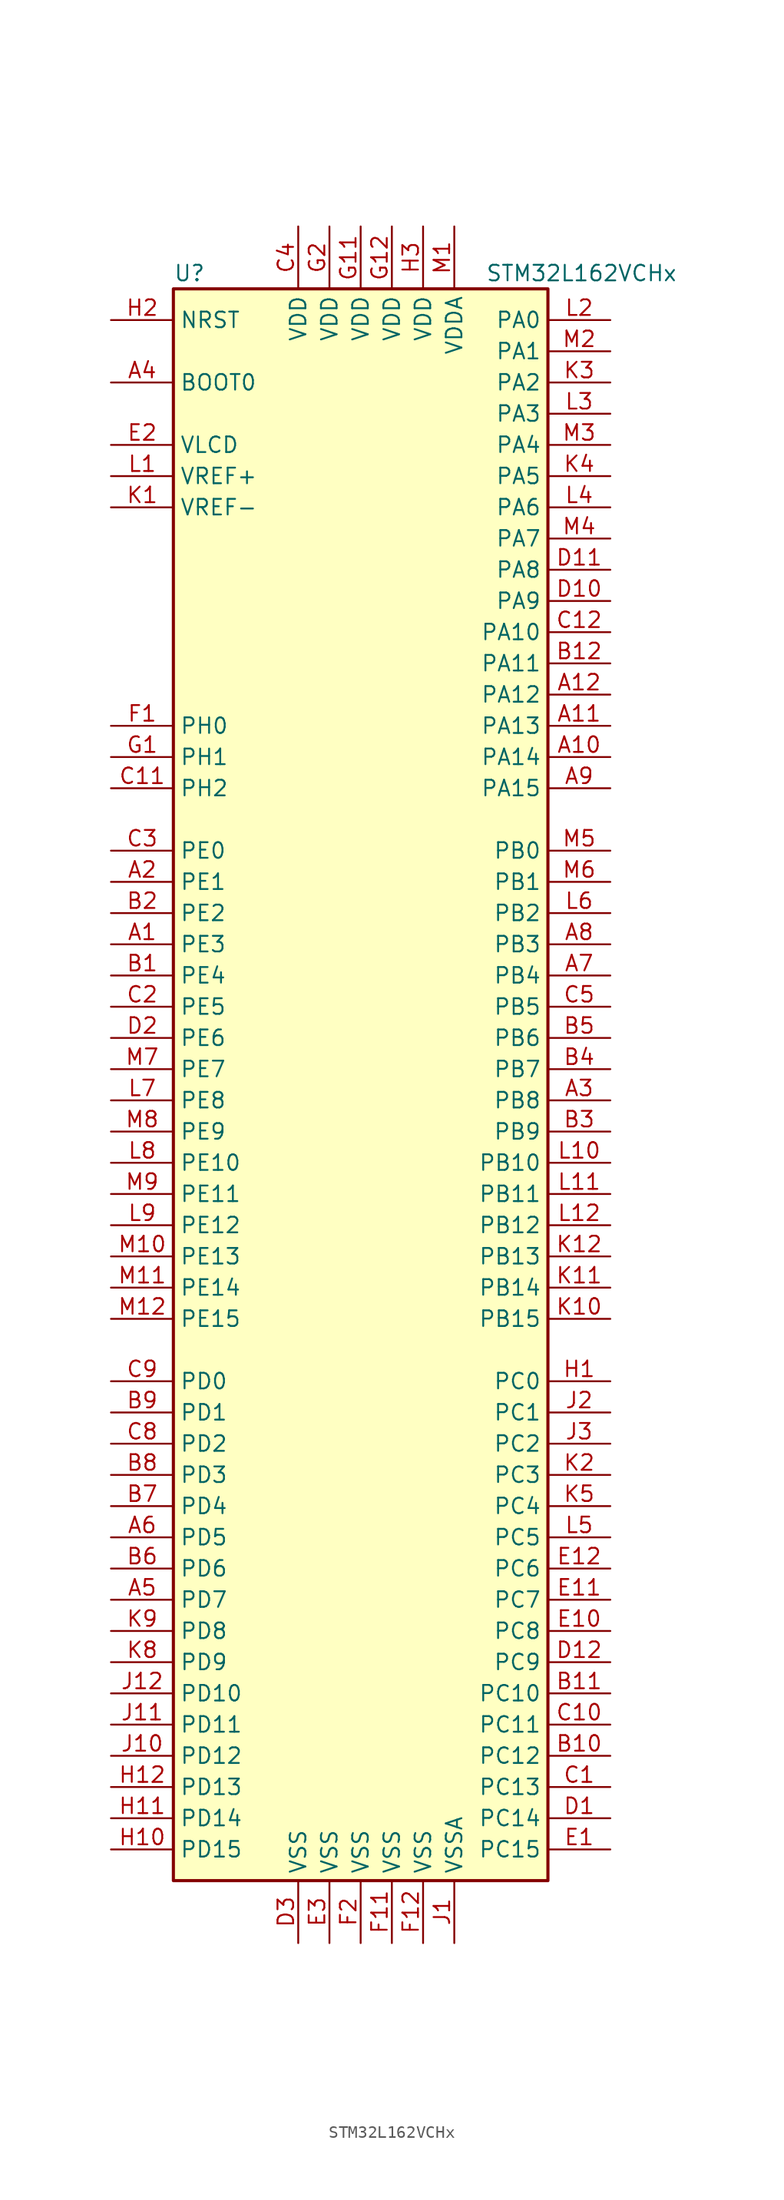
<source format=kicad_sym>
(kicad_symbol_lib
  (version 20201005)
  (generator kicad_symbol_editor)
  (symbol "STM32L162VCHx"
    (property "Reference" "U"
      (at -15.24 64.77 0)
      (effects (font (size 1.27 1.27)) (justify left)))
    (property "Value" "STM32L162VCHx"
      (at 10.16 64.77 0)
      (effects (font (size 1.27 1.27)) (justify left)))
    (symbol "STM32L162VCHx_0_1"
      (rectangle (start -15.24 -66.04) (end 15.24 63.5) (stroke (width 0.254)) (fill (type background))))
    (symbol "STM32L162VCHx_1_1"
      (pin bidirectional line (at -20.32 10.16 0) (length 5.08) (name "PE3" (effects (font (size 1.27 1.27)))) (number "A1" (effects (font (size 1.27 1.27)))))
      (pin bidirectional line (at 20.32 25.4 180) (length 5.08) (name "PA14" (effects (font (size 1.27 1.27)))) (number "A10" (effects (font (size 1.27 1.27)))))
      (pin bidirectional line (at 20.32 27.94 180) (length 5.08) (name "PA13" (effects (font (size 1.27 1.27)))) (number "A11" (effects (font (size 1.27 1.27)))))
      (pin bidirectional line (at 20.32 30.48 180) (length 5.08) (name "PA12" (effects (font (size 1.27 1.27)))) (number "A12" (effects (font (size 1.27 1.27)))))
      (pin bidirectional line (at -20.32 15.24 0) (length 5.08) (name "PE1" (effects (font (size 1.27 1.27)))) (number "A2" (effects (font (size 1.27 1.27)))))
      (pin bidirectional line (at 20.32 -2.54 180) (length 5.08) (name "PB8" (effects (font (size 1.27 1.27)))) (number "A3" (effects (font (size 1.27 1.27)))))
      (pin input line (at -20.32 55.88 0) (length 5.08) (name "BOOT0" (effects (font (size 1.27 1.27)))) (number "A4" (effects (font (size 1.27 1.27)))))
      (pin bidirectional line (at -20.32 -43.18 0) (length 5.08) (name "PD7" (effects (font (size 1.27 1.27)))) (number "A5" (effects (font (size 1.27 1.27)))))
      (pin bidirectional line (at -20.32 -38.1 0) (length 5.08) (name "PD5" (effects (font (size 1.27 1.27)))) (number "A6" (effects (font (size 1.27 1.27)))))
      (pin bidirectional line (at 20.32 7.62 180) (length 5.08) (name "PB4" (effects (font (size 1.27 1.27)))) (number "A7" (effects (font (size 1.27 1.27)))))
      (pin bidirectional line (at 20.32 10.16 180) (length 5.08) (name "PB3" (effects (font (size 1.27 1.27)))) (number "A8" (effects (font (size 1.27 1.27)))))
      (pin bidirectional line (at 20.32 22.86 180) (length 5.08) (name "PA15" (effects (font (size 1.27 1.27)))) (number "A9" (effects (font (size 1.27 1.27)))))
      (pin bidirectional line (at -20.32 7.62 0) (length 5.08) (name "PE4" (effects (font (size 1.27 1.27)))) (number "B1" (effects (font (size 1.27 1.27)))))
      (pin bidirectional line (at 20.32 -55.88 180) (length 5.08) (name "PC12" (effects (font (size 1.27 1.27)))) (number "B10" (effects (font (size 1.27 1.27)))))
      (pin bidirectional line (at 20.32 -50.8 180) (length 5.08) (name "PC10" (effects (font (size 1.27 1.27)))) (number "B11" (effects (font (size 1.27 1.27)))))
      (pin bidirectional line (at 20.32 33.02 180) (length 5.08) (name "PA11" (effects (font (size 1.27 1.27)))) (number "B12" (effects (font (size 1.27 1.27)))))
      (pin bidirectional line (at -20.32 12.7 0) (length 5.08) (name "PE2" (effects (font (size 1.27 1.27)))) (number "B2" (effects (font (size 1.27 1.27)))))
      (pin bidirectional line (at 20.32 -5.08 180) (length 5.08) (name "PB9" (effects (font (size 1.27 1.27)))) (number "B3" (effects (font (size 1.27 1.27)))))
      (pin bidirectional line (at 20.32 0 180) (length 5.08) (name "PB7" (effects (font (size 1.27 1.27)))) (number "B4" (effects (font (size 1.27 1.27)))))
      (pin bidirectional line (at 20.32 2.54 180) (length 5.08) (name "PB6" (effects (font (size 1.27 1.27)))) (number "B5" (effects (font (size 1.27 1.27)))))
      (pin bidirectional line (at -20.32 -40.64 0) (length 5.08) (name "PD6" (effects (font (size 1.27 1.27)))) (number "B6" (effects (font (size 1.27 1.27)))))
      (pin bidirectional line (at -20.32 -35.56 0) (length 5.08) (name "PD4" (effects (font (size 1.27 1.27)))) (number "B7" (effects (font (size 1.27 1.27)))))
      (pin bidirectional line (at -20.32 -33.02 0) (length 5.08) (name "PD3" (effects (font (size 1.27 1.27)))) (number "B8" (effects (font (size 1.27 1.27)))))
      (pin bidirectional line (at -20.32 -27.94 0) (length 5.08) (name "PD1" (effects (font (size 1.27 1.27)))) (number "B9" (effects (font (size 1.27 1.27)))))
      (pin bidirectional line (at 20.32 -58.42 180) (length 5.08) (name "PC13" (effects (font (size 1.27 1.27)))) (number "C1" (effects (font (size 1.27 1.27)))))
      (pin bidirectional line (at 20.32 -53.34 180) (length 5.08) (name "PC11" (effects (font (size 1.27 1.27)))) (number "C10" (effects (font (size 1.27 1.27)))))
      (pin bidirectional line (at -20.32 22.86 0) (length 5.08) (name "PH2" (effects (font (size 1.27 1.27)))) (number "C11" (effects (font (size 1.27 1.27)))))
      (pin bidirectional line (at 20.32 35.56 180) (length 5.08) (name "PA10" (effects (font (size 1.27 1.27)))) (number "C12" (effects (font (size 1.27 1.27)))))
      (pin bidirectional line (at -20.32 5.08 0) (length 5.08) (name "PE5" (effects (font (size 1.27 1.27)))) (number "C2" (effects (font (size 1.27 1.27)))))
      (pin bidirectional line (at -20.32 17.78 0) (length 5.08) (name "PE0" (effects (font (size 1.27 1.27)))) (number "C3" (effects (font (size 1.27 1.27)))))
      (pin power_in line (at -5.08 68.58 270) (length 5.08) (name "VDD" (effects (font (size 1.27 1.27)))) (number "C4" (effects (font (size 1.27 1.27)))))
      (pin bidirectional line (at 20.32 5.08 180) (length 5.08) (name "PB5" (effects (font (size 1.27 1.27)))) (number "C5" (effects (font (size 1.27 1.27)))))
      (pin bidirectional line (at -20.32 -30.48 0) (length 5.08) (name "PD2" (effects (font (size 1.27 1.27)))) (number "C8" (effects (font (size 1.27 1.27)))))
      (pin bidirectional line (at -20.32 -25.4 0) (length 5.08) (name "PD0" (effects (font (size 1.27 1.27)))) (number "C9" (effects (font (size 1.27 1.27)))))
      (pin bidirectional line (at 20.32 -60.96 180) (length 5.08) (name "PC14" (effects (font (size 1.27 1.27)))) (number "D1" (effects (font (size 1.27 1.27)))))
      (pin bidirectional line (at 20.32 38.1 180) (length 5.08) (name "PA9" (effects (font (size 1.27 1.27)))) (number "D10" (effects (font (size 1.27 1.27)))))
      (pin bidirectional line (at 20.32 40.64 180) (length 5.08) (name "PA8" (effects (font (size 1.27 1.27)))) (number "D11" (effects (font (size 1.27 1.27)))))
      (pin bidirectional line (at 20.32 -48.26 180) (length 5.08) (name "PC9" (effects (font (size 1.27 1.27)))) (number "D12" (effects (font (size 1.27 1.27)))))
      (pin bidirectional line (at -20.32 2.54 0) (length 5.08) (name "PE6" (effects (font (size 1.27 1.27)))) (number "D2" (effects (font (size 1.27 1.27)))))
      (pin power_in line (at -5.08 -71.12 90) (length 5.08) (name "VSS" (effects (font (size 1.27 1.27)))) (number "D3" (effects (font (size 1.27 1.27)))))
      (pin bidirectional line (at 20.32 -63.5 180) (length 5.08) (name "PC15" (effects (font (size 1.27 1.27)))) (number "E1" (effects (font (size 1.27 1.27)))))
      (pin bidirectional line (at 20.32 -45.72 180) (length 5.08) (name "PC8" (effects (font (size 1.27 1.27)))) (number "E10" (effects (font (size 1.27 1.27)))))
      (pin bidirectional line (at 20.32 -43.18 180) (length 5.08) (name "PC7" (effects (font (size 1.27 1.27)))) (number "E11" (effects (font (size 1.27 1.27)))))
      (pin bidirectional line (at 20.32 -40.64 180) (length 5.08) (name "PC6" (effects (font (size 1.27 1.27)))) (number "E12" (effects (font (size 1.27 1.27)))))
      (pin power_in line (at -20.32 50.8 0) (length 5.08) (name "VLCD" (effects (font (size 1.27 1.27)))) (number "E2" (effects (font (size 1.27 1.27)))))
      (pin power_in line (at -2.54 -71.12 90) (length 5.08) (name "VSS" (effects (font (size 1.27 1.27)))) (number "E3" (effects (font (size 1.27 1.27)))))
      (pin input line (at -20.32 27.94 0) (length 5.08) (name "PH0" (effects (font (size 1.27 1.27)))) (number "F1" (effects (font (size 1.27 1.27)))))
      (pin power_in line (at 2.54 -71.12 90) (length 5.08) (name "VSS" (effects (font (size 1.27 1.27)))) (number "F11" (effects (font (size 1.27 1.27)))))
      (pin power_in line (at 5.08 -71.12 90) (length 5.08) (name "VSS" (effects (font (size 1.27 1.27)))) (number "F12" (effects (font (size 1.27 1.27)))))
      (pin power_in line (at 0 -71.12 90) (length 5.08) (name "VSS" (effects (font (size 1.27 1.27)))) (number "F2" (effects (font (size 1.27 1.27)))))
      (pin input line (at -20.32 25.4 0) (length 5.08) (name "PH1" (effects (font (size 1.27 1.27)))) (number "G1" (effects (font (size 1.27 1.27)))))
      (pin power_in line (at 0 68.58 270) (length 5.08) (name "VDD" (effects (font (size 1.27 1.27)))) (number "G11" (effects (font (size 1.27 1.27)))))
      (pin power_in line (at 2.54 68.58 270) (length 5.08) (name "VDD" (effects (font (size 1.27 1.27)))) (number "G12" (effects (font (size 1.27 1.27)))))
      (pin power_in line (at -2.54 68.58 270) (length 5.08) (name "VDD" (effects (font (size 1.27 1.27)))) (number "G2" (effects (font (size 1.27 1.27)))))
      (pin bidirectional line (at 20.32 -25.4 180) (length 5.08) (name "PC0" (effects (font (size 1.27 1.27)))) (number "H1" (effects (font (size 1.27 1.27)))))
      (pin bidirectional line (at -20.32 -63.5 0) (length 5.08) (name "PD15" (effects (font (size 1.27 1.27)))) (number "H10" (effects (font (size 1.27 1.27)))))
      (pin bidirectional line (at -20.32 -60.96 0) (length 5.08) (name "PD14" (effects (font (size 1.27 1.27)))) (number "H11" (effects (font (size 1.27 1.27)))))
      (pin bidirectional line (at -20.32 -58.42 0) (length 5.08) (name "PD13" (effects (font (size 1.27 1.27)))) (number "H12" (effects (font (size 1.27 1.27)))))
      (pin input line (at -20.32 60.96 0) (length 5.08) (name "NRST" (effects (font (size 1.27 1.27)))) (number "H2" (effects (font (size 1.27 1.27)))))
      (pin power_in line (at 5.08 68.58 270) (length 5.08) (name "VDD" (effects (font (size 1.27 1.27)))) (number "H3" (effects (font (size 1.27 1.27)))))
      (pin power_in line (at 7.62 -71.12 90) (length 5.08) (name "VSSA" (effects (font (size 1.27 1.27)))) (number "J1" (effects (font (size 1.27 1.27)))))
      (pin bidirectional line (at -20.32 -55.88 0) (length 5.08) (name "PD12" (effects (font (size 1.27 1.27)))) (number "J10" (effects (font (size 1.27 1.27)))))
      (pin bidirectional line (at -20.32 -53.34 0) (length 5.08) (name "PD11" (effects (font (size 1.27 1.27)))) (number "J11" (effects (font (size 1.27 1.27)))))
      (pin bidirectional line (at -20.32 -50.8 0) (length 5.08) (name "PD10" (effects (font (size 1.27 1.27)))) (number "J12" (effects (font (size 1.27 1.27)))))
      (pin bidirectional line (at 20.32 -27.94 180) (length 5.08) (name "PC1" (effects (font (size 1.27 1.27)))) (number "J2" (effects (font (size 1.27 1.27)))))
      (pin bidirectional line (at 20.32 -30.48 180) (length 5.08) (name "PC2" (effects (font (size 1.27 1.27)))) (number "J3" (effects (font (size 1.27 1.27)))))
      (pin power_in line (at -20.32 45.72 0) (length 5.08) (name "VREF-" (effects (font (size 1.27 1.27)))) (number "K1" (effects (font (size 1.27 1.27)))))
      (pin bidirectional line (at 20.32 -20.32 180) (length 5.08) (name "PB15" (effects (font (size 1.27 1.27)))) (number "K10" (effects (font (size 1.27 1.27)))))
      (pin bidirectional line (at 20.32 -17.78 180) (length 5.08) (name "PB14" (effects (font (size 1.27 1.27)))) (number "K11" (effects (font (size 1.27 1.27)))))
      (pin bidirectional line (at 20.32 -15.24 180) (length 5.08) (name "PB13" (effects (font (size 1.27 1.27)))) (number "K12" (effects (font (size 1.27 1.27)))))
      (pin bidirectional line (at 20.32 -33.02 180) (length 5.08) (name "PC3" (effects (font (size 1.27 1.27)))) (number "K2" (effects (font (size 1.27 1.27)))))
      (pin bidirectional line (at 20.32 55.88 180) (length 5.08) (name "PA2" (effects (font (size 1.27 1.27)))) (number "K3" (effects (font (size 1.27 1.27)))))
      (pin bidirectional line (at 20.32 48.26 180) (length 5.08) (name "PA5" (effects (font (size 1.27 1.27)))) (number "K4" (effects (font (size 1.27 1.27)))))
      (pin bidirectional line (at 20.32 -35.56 180) (length 5.08) (name "PC4" (effects (font (size 1.27 1.27)))) (number "K5" (effects (font (size 1.27 1.27)))))
      (pin bidirectional line (at -20.32 -48.26 0) (length 5.08) (name "PD9" (effects (font (size 1.27 1.27)))) (number "K8" (effects (font (size 1.27 1.27)))))
      (pin bidirectional line (at -20.32 -45.72 0) (length 5.08) (name "PD8" (effects (font (size 1.27 1.27)))) (number "K9" (effects (font (size 1.27 1.27)))))
      (pin power_in line (at -20.32 48.26 0) (length 5.08) (name "VREF+" (effects (font (size 1.27 1.27)))) (number "L1" (effects (font (size 1.27 1.27)))))
      (pin bidirectional line (at 20.32 -7.62 180) (length 5.08) (name "PB10" (effects (font (size 1.27 1.27)))) (number "L10" (effects (font (size 1.27 1.27)))))
      (pin bidirectional line (at 20.32 -10.16 180) (length 5.08) (name "PB11" (effects (font (size 1.27 1.27)))) (number "L11" (effects (font (size 1.27 1.27)))))
      (pin bidirectional line (at 20.32 -12.7 180) (length 5.08) (name "PB12" (effects (font (size 1.27 1.27)))) (number "L12" (effects (font (size 1.27 1.27)))))
      (pin bidirectional line (at 20.32 60.96 180) (length 5.08) (name "PA0" (effects (font (size 1.27 1.27)))) (number "L2" (effects (font (size 1.27 1.27)))))
      (pin bidirectional line (at 20.32 53.34 180) (length 5.08) (name "PA3" (effects (font (size 1.27 1.27)))) (number "L3" (effects (font (size 1.27 1.27)))))
      (pin bidirectional line (at 20.32 45.72 180) (length 5.08) (name "PA6" (effects (font (size 1.27 1.27)))) (number "L4" (effects (font (size 1.27 1.27)))))
      (pin bidirectional line (at 20.32 -38.1 180) (length 5.08) (name "PC5" (effects (font (size 1.27 1.27)))) (number "L5" (effects (font (size 1.27 1.27)))))
      (pin bidirectional line (at 20.32 12.7 180) (length 5.08) (name "PB2" (effects (font (size 1.27 1.27)))) (number "L6" (effects (font (size 1.27 1.27)))))
      (pin bidirectional line (at -20.32 -2.54 0) (length 5.08) (name "PE8" (effects (font (size 1.27 1.27)))) (number "L7" (effects (font (size 1.27 1.27)))))
      (pin bidirectional line (at -20.32 -7.62 0) (length 5.08) (name "PE10" (effects (font (size 1.27 1.27)))) (number "L8" (effects (font (size 1.27 1.27)))))
      (pin bidirectional line (at -20.32 -12.7 0) (length 5.08) (name "PE12" (effects (font (size 1.27 1.27)))) (number "L9" (effects (font (size 1.27 1.27)))))
      (pin power_in line (at 7.62 68.58 270) (length 5.08) (name "VDDA" (effects (font (size 1.27 1.27)))) (number "M1" (effects (font (size 1.27 1.27)))))
      (pin bidirectional line (at -20.32 -15.24 0) (length 5.08) (name "PE13" (effects (font (size 1.27 1.27)))) (number "M10" (effects (font (size 1.27 1.27)))))
      (pin bidirectional line (at -20.32 -17.78 0) (length 5.08) (name "PE14" (effects (font (size 1.27 1.27)))) (number "M11" (effects (font (size 1.27 1.27)))))
      (pin bidirectional line (at -20.32 -20.32 0) (length 5.08) (name "PE15" (effects (font (size 1.27 1.27)))) (number "M12" (effects (font (size 1.27 1.27)))))
      (pin bidirectional line (at 20.32 58.42 180) (length 5.08) (name "PA1" (effects (font (size 1.27 1.27)))) (number "M2" (effects (font (size 1.27 1.27)))))
      (pin bidirectional line (at 20.32 50.8 180) (length 5.08) (name "PA4" (effects (font (size 1.27 1.27)))) (number "M3" (effects (font (size 1.27 1.27)))))
      (pin bidirectional line (at 20.32 43.18 180) (length 5.08) (name "PA7" (effects (font (size 1.27 1.27)))) (number "M4" (effects (font (size 1.27 1.27)))))
      (pin bidirectional line (at 20.32 17.78 180) (length 5.08) (name "PB0" (effects (font (size 1.27 1.27)))) (number "M5" (effects (font (size 1.27 1.27)))))
      (pin bidirectional line (at 20.32 15.24 180) (length 5.08) (name "PB1" (effects (font (size 1.27 1.27)))) (number "M6" (effects (font (size 1.27 1.27)))))
      (pin bidirectional line (at -20.32 0 0) (length 5.08) (name "PE7" (effects (font (size 1.27 1.27)))) (number "M7" (effects (font (size 1.27 1.27)))))
      (pin bidirectional line (at -20.32 -5.08 0) (length 5.08) (name "PE9" (effects (font (size 1.27 1.27)))) (number "M8" (effects (font (size 1.27 1.27)))))
      (pin bidirectional line (at -20.32 -10.16 0) (length 5.08) (name "PE11" (effects (font (size 1.27 1.27)))) (number "M9" (effects (font (size 1.27 1.27))))))))
</source>
